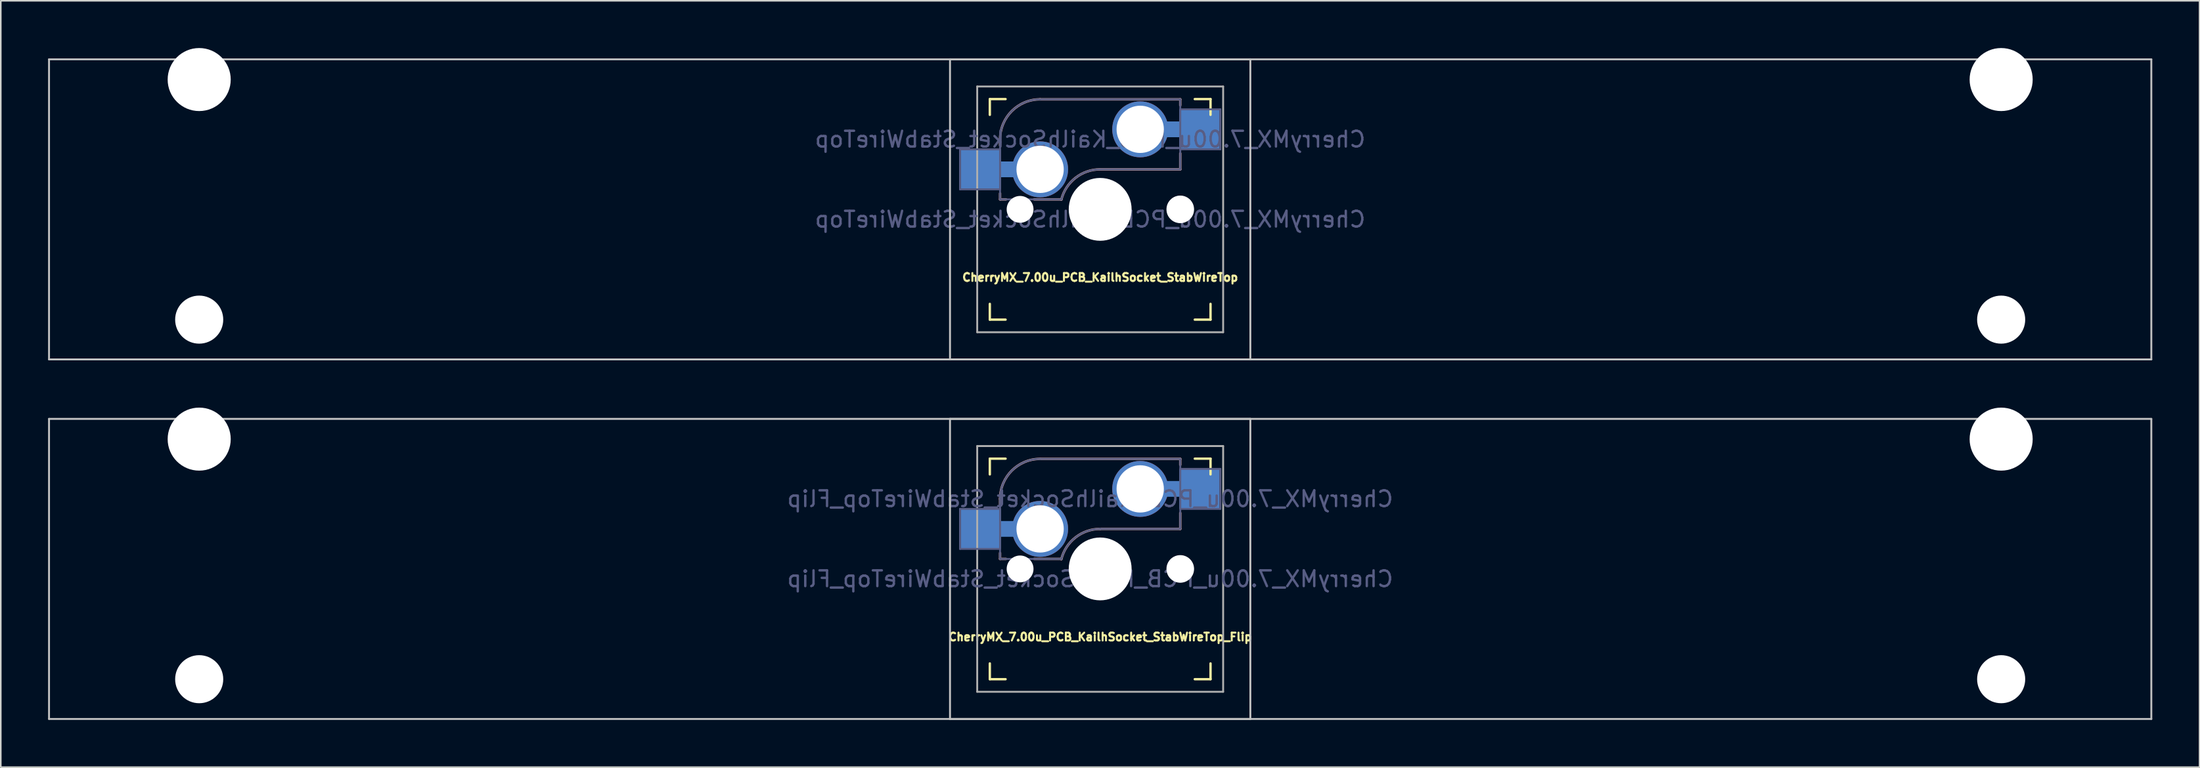
<source format=kicad_pcb>
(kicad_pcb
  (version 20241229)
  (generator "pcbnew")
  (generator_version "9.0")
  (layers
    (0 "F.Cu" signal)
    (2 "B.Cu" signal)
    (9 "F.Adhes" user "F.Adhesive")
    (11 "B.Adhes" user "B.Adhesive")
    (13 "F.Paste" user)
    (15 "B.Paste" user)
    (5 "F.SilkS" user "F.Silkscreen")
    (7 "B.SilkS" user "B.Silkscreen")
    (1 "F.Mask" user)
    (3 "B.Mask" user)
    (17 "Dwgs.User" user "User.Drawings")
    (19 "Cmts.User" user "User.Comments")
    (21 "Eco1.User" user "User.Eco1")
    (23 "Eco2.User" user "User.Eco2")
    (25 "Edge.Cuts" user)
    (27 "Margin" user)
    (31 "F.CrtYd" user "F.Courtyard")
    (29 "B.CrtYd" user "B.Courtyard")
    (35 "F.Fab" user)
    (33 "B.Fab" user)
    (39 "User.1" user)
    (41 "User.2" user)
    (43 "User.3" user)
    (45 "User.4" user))
  (footprint "CherryMX_7.00u_PCB_KailhSocket_StabWireTop_Flip"
    (layer "F.Cu")
    (at 66.735 33.065)
    (property "Reference" "CherryMX_7.00u_PCB_KailhSocket_StabWireTop_Flip" (at 0 4.318 0) (layer "F.SilkS") (effects (font (size 0.5 0.5) (thickness 0.125))))
    (property "Value" "CherryMX_7.00u_PCB_KailhSocket_StabWireTop_Flip" (at 0 8.662 0) (layer "F.Fab") (hide yes) (effects (font (size 1 1) (thickness 0.15))))
    (attr through_hole)
    (fp_line (start -7 -6) (end -7 -7) (stroke (width 0.15) (type solid)) (layer "F.SilkS"))
    (fp_line (start -7 7) (end -7 6) (stroke (width 0.15) (type solid)) (layer "F.SilkS"))
    (fp_line (start -7 7) (end -6 7) (stroke (width 0.15) (type solid)) (layer "F.SilkS"))
    (fp_line (start -6 -7) (end -7 -7) (stroke (width 0.15) (type solid)) (layer "F.SilkS"))
    (fp_line (start 6 7) (end 7 7) (stroke (width 0.15) (type solid)) (layer "F.SilkS"))
    (fp_line (start 7 -7) (end 6 -7) (stroke (width 0.15) (type solid)) (layer "F.SilkS"))
    (fp_line (start 7 -7) (end 7 -6) (stroke (width 0.15) (type solid)) (layer "F.SilkS"))
    (fp_line (start 7 6) (end 7 7) (stroke (width 0.15) (type solid)) (layer "F.SilkS"))
    (fp_line (start -6.35 -4.445) (end -6.35 -4.064) (stroke (width 0.15) (type solid)) (layer "B.SilkS"))
    (fp_line (start -6.35 -1.016) (end -6.35 -0.635) (stroke (width 0.15) (type solid)) (layer "B.SilkS"))
    (fp_line (start -5.969 -0.635) (end -6.35 -0.635) (stroke (width 0.15) (type solid)) (layer "B.SilkS"))
    (fp_line (start -3.81 -6.985) (end 5.08 -6.985) (stroke (width 0.15) (type solid)) (layer "B.SilkS"))
    (fp_line (start -2.464 -0.635) (end -4.191 -0.635) (stroke (width 0.15) (type solid)) (layer "B.SilkS"))
    (fp_line (start 5.08 -6.985) (end 5.08 -6.604) (stroke (width 0.15) (type solid)) (layer "B.SilkS"))
    (fp_line (start 5.08 -3.556) (end 5.08 -2.54) (stroke (width 0.15) (type solid)) (layer "B.SilkS"))
    (fp_line (start 5.08 -2.54) (end 0 -2.54) (stroke (width 0.15) (type solid)) (layer "B.SilkS"))
    (fp_arc (start -6.35 -4.445) (mid -5.606051 -6.241051) (end -3.81 -6.985) (stroke (width 0.15) (type solid)) (layer "B.SilkS"))
    (fp_arc (start -2.464162 -0.61604) (mid -1.563147 -2.002042) (end 0 -2.54) (stroke (width 0.15) (type solid)) (layer "B.SilkS"))
    (fp_line (start -66.675 -9.525) (end 66.675 -9.525) (stroke (width 0.12) (type solid)) (layer "Dwgs.User"))
    (fp_line (start -66.675 9.525) (end -66.675 -9.525) (stroke (width 0.12) (type solid)) (layer "Dwgs.User"))
    (fp_line (start -9.525 -9.525) (end 9.525 -9.525) (stroke (width 0.12) (type solid)) (layer "Dwgs.User"))
    (fp_line (start -9.525 9.525) (end -9.525 -9.525) (stroke (width 0.12) (type solid)) (layer "Dwgs.User"))
    (fp_line (start 9.525 -9.525) (end 9.525 9.525) (stroke (width 0.12) (type solid)) (layer "Dwgs.User"))
    (fp_line (start 9.525 9.525) (end -9.525 9.525) (stroke (width 0.12) (type solid)) (layer "Dwgs.User"))
    (fp_line (start 66.675 -9.525) (end 66.675 9.525) (stroke (width 0.12) (type solid)) (layer "Dwgs.User"))
    (fp_line (start 66.675 9.525) (end -66.675 9.525) (stroke (width 0.12) (type solid)) (layer "Dwgs.User"))
    (fp_line (start -6.9 6.9) (end -6.9 -6.9) (stroke (width 0.15) (type solid)) (layer "Eco2.User"))
    (fp_line (start -6.9 6.9) (end 6.9 6.9) (stroke (width 0.15) (type solid)) (layer "Eco2.User"))
    (fp_line (start 6.9 -6.9) (end -6.9 -6.9) (stroke (width 0.15) (type solid)) (layer "Eco2.User"))
    (fp_line (start 6.9 -6.9) (end 6.9 6.9) (stroke (width 0.15) (type solid)) (layer "Eco2.User"))
    (fp_line (start -8.89 -3.81) (end -6.35 -3.81) (stroke (width 0.12) (type solid)) (layer "B.Fab"))
    (fp_line (start -8.89 -1.27) (end -8.89 -3.81) (stroke (width 0.12) (type solid)) (layer "B.Fab"))
    (fp_line (start -6.35 -1.27) (end -8.89 -1.27) (stroke (width 0.12) (type solid)) (layer "B.Fab"))
    (fp_line (start -6.35 -0.635) (end -6.35 -4.445) (stroke (width 0.12) (type solid)) (layer "B.Fab"))
    (fp_line (start -6.35 -0.635) (end -2.54 -0.635) (stroke (width 0.12) (type solid)) (layer "B.Fab"))
    (fp_line (start -3.81 -6.985) (end 5.08 -6.985) (stroke (width 0.12) (type solid)) (layer "B.Fab"))
    (fp_line (start 5.08 -6.985) (end 5.08 -2.54) (stroke (width 0.12) (type solid)) (layer "B.Fab"))
    (fp_line (start 5.08 -6.35) (end 7.62 -6.35) (stroke (width 0.12) (type solid)) (layer "B.Fab"))
    (fp_line (start 5.08 -2.54) (end 0 -2.54) (stroke (width 0.12) (type solid)) (layer "B.Fab"))
    (fp_line (start 7.62 -6.35) (end 7.62 -3.81) (stroke (width 0.12) (type solid)) (layer "B.Fab"))
    (fp_line (start 7.62 -3.81) (end 5.08 -3.81) (stroke (width 0.12) (type solid)) (layer "B.Fab"))
    (fp_arc (start -6.35 -4.445) (mid -5.606051 -6.241051) (end -3.81 -6.985) (stroke (width 0.12) (type solid)) (layer "B.Fab"))
    (fp_arc (start -2.464162 -0.61604) (mid -1.563147 -2.002042) (end 0 -2.54) (stroke (width 0.12) (type solid)) (layer "B.Fab"))
    (fp_line (start -7.8 -7.8) (end -7.8 7.8) (stroke (width 0.12) (type solid)) (layer "F.Fab"))
    (fp_line (start -7.8 -7.8) (end 7.8 -7.8) (stroke (width 0.12) (type solid)) (layer "F.Fab"))
    (fp_line (start -7.8 7.8) (end 7.8 7.8) (stroke (width 0.12) (type solid)) (layer "F.Fab"))
    (fp_line (start 7.8 -7.8) (end 7.8 7.8) (stroke (width 0.12) (type solid)) (layer "F.Fab"))
    (fp_text user "${REFERENCE}" (at -0.635 -4.445 0) (layer "B.Fab") (effects (font (size 1 1) (thickness 0.15)) (justify mirror)))
    (fp_text user "${VALUE}" (at -0.635 0.635 0) (layer "B.Fab") (effects (font (size 1 1) (thickness 0.15)) (justify mirror)))
    (pad "" np_thru_hole circle (at -57.15 -8.24) (size 4 4) (drill 4) (layers "*.Cu" "*.Mask"))
    (pad "" np_thru_hole circle (at -57.15 7) (size 3.05 3.05) (drill 3.05) (layers "*.Cu" "*.Mask"))
    (pad "" np_thru_hole circle (at -5.08 0) (size 1.702 1.702) (drill 1.702) (layers "*.Cu" "*.Mask"))
    (pad "" np_thru_hole circle (at 0 0) (size 3.988 3.988) (drill 3.988) (layers "*.Cu" "*.Mask"))
    (pad "" np_thru_hole circle (at 5.08 0) (size 1.702 1.702) (drill 1.702) (layers "*.Cu" "*.Mask"))
    (pad "" np_thru_hole circle (at 5.08 0) (size 1.75 1.75) (drill 1.75) (layers "*.Cu" "*.Mask"))
    (pad "" np_thru_hole circle (at 57.15 -8.24) (size 4 4) (drill 4) (layers "*.Cu" "*.Mask"))
    (pad "" np_thru_hole circle (at 57.15 7) (size 3.05 3.05) (drill 3.05) (layers "*.Cu" "*.Mask"))
    (pad "1" thru_hole circle (at 2.54 -5.08) (size 3.55 3.55) (drill 3) (layers "*.Cu"))
    (pad "1" connect rect (at 5.015 -5.08 270) (size 1 2.5) (layers "B.Cu"))
    (pad "1" smd rect (at 6.29 -5.08) (size 2.55 2.5) (layers "B.Cu" "B.Mask" "B.Paste"))
    (pad "2" smd rect (at -7.56 -2.54) (size 2.55 2.5) (layers "B.Cu" "B.Mask" "B.Paste"))
    (pad "2" connect rect (at -5.715 -2.54 90) (size 1 2.5) (layers "B.Cu"))
    (pad "2" thru_hole circle (at -3.81 -2.54) (size 3.55 3.55) (drill 3) (layers "*.Cu")))
  (footprint "CherryMX_7.00u_PCB_KailhSocket_StabWireTop"
    (layer "F.Cu")
    (at 66.735 10.24)
    (property "Reference" "CherryMX_7.00u_PCB_KailhSocket_StabWireTop" (at 0 4.318 0) (layer "F.SilkS") (effects (font (size 0.5 0.5) (thickness 0.125))))
    (property "Value" "CherryMX_7.00u_PCB_KailhSocket_StabWireTop" (at 0 8.662 0) (layer "F.Fab") (hide yes) (effects (font (size 1 1) (thickness 0.15))))
    (attr through_hole)
    (fp_line (start -7 -6) (end -7 -7) (stroke (width 0.15) (type solid)) (layer "F.SilkS"))
    (fp_line (start -7 7) (end -7 6) (stroke (width 0.15) (type solid)) (layer "F.SilkS"))
    (fp_line (start -7 7) (end -6 7) (stroke (width 0.15) (type solid)) (layer "F.SilkS"))
    (fp_line (start -6 -7) (end -7 -7) (stroke (width 0.15) (type solid)) (layer "F.SilkS"))
    (fp_line (start 6 7) (end 7 7) (stroke (width 0.15) (type solid)) (layer "F.SilkS"))
    (fp_line (start 7 -7) (end 6 -7) (stroke (width 0.15) (type solid)) (layer "F.SilkS"))
    (fp_line (start 7 -7) (end 7 -6) (stroke (width 0.15) (type solid)) (layer "F.SilkS"))
    (fp_line (start 7 6) (end 7 7) (stroke (width 0.15) (type solid)) (layer "F.SilkS"))
    (fp_line (start -6.35 -4.445) (end -6.35 -4.064) (stroke (width 0.15) (type solid)) (layer "B.SilkS"))
    (fp_line (start -6.35 -1.016) (end -6.35 -0.635) (stroke (width 0.15) (type solid)) (layer "B.SilkS"))
    (fp_line (start -5.969 -0.635) (end -6.35 -0.635) (stroke (width 0.15) (type solid)) (layer "B.SilkS"))
    (fp_line (start -3.81 -6.985) (end 5.08 -6.985) (stroke (width 0.15) (type solid)) (layer "B.SilkS"))
    (fp_line (start -2.464 -0.635) (end -4.191 -0.635) (stroke (width 0.15) (type solid)) (layer "B.SilkS"))
    (fp_line (start 5.08 -6.985) (end 5.08 -6.604) (stroke (width 0.15) (type solid)) (layer "B.SilkS"))
    (fp_line (start 5.08 -3.556) (end 5.08 -2.54) (stroke (width 0.15) (type solid)) (layer "B.SilkS"))
    (fp_line (start 5.08 -2.54) (end 0 -2.54) (stroke (width 0.15) (type solid)) (layer "B.SilkS"))
    (fp_arc (start -6.35 -4.445) (mid -5.606051 -6.241051) (end -3.81 -6.985) (stroke (width 0.15) (type solid)) (layer "B.SilkS"))
    (fp_arc (start -2.464162 -0.61604) (mid -1.563147 -2.002042) (end 0 -2.54) (stroke (width 0.15) (type solid)) (layer "B.SilkS"))
    (fp_line (start -66.675 -9.525) (end 66.675 -9.525) (stroke (width 0.12) (type solid)) (layer "Dwgs.User"))
    (fp_line (start -66.675 9.525) (end -66.675 -9.525) (stroke (width 0.12) (type solid)) (layer "Dwgs.User"))
    (fp_line (start -9.525 -9.525) (end 9.525 -9.525) (stroke (width 0.12) (type solid)) (layer "Dwgs.User"))
    (fp_line (start -9.525 9.525) (end -9.525 -9.525) (stroke (width 0.12) (type solid)) (layer "Dwgs.User"))
    (fp_line (start 9.525 -9.525) (end 9.525 9.525) (stroke (width 0.12) (type solid)) (layer "Dwgs.User"))
    (fp_line (start 9.525 9.525) (end -9.525 9.525) (stroke (width 0.12) (type solid)) (layer "Dwgs.User"))
    (fp_line (start 66.675 -9.525) (end 66.675 9.525) (stroke (width 0.12) (type solid)) (layer "Dwgs.User"))
    (fp_line (start 66.675 9.525) (end -66.675 9.525) (stroke (width 0.12) (type solid)) (layer "Dwgs.User"))
    (fp_line (start -6.9 6.9) (end -6.9 -6.9) (stroke (width 0.15) (type solid)) (layer "Eco2.User"))
    (fp_line (start -6.9 6.9) (end 6.9 6.9) (stroke (width 0.15) (type solid)) (layer "Eco2.User"))
    (fp_line (start 6.9 -6.9) (end -6.9 -6.9) (stroke (width 0.15) (type solid)) (layer "Eco2.User"))
    (fp_line (start 6.9 -6.9) (end 6.9 6.9) (stroke (width 0.15) (type solid)) (layer "Eco2.User"))
    (fp_line (start -8.89 -3.81) (end -6.35 -3.81) (stroke (width 0.12) (type solid)) (layer "B.Fab"))
    (fp_line (start -8.89 -1.27) (end -8.89 -3.81) (stroke (width 0.12) (type solid)) (layer "B.Fab"))
    (fp_line (start -6.35 -1.27) (end -8.89 -1.27) (stroke (width 0.12) (type solid)) (layer "B.Fab"))
    (fp_line (start -6.35 -0.635) (end -6.35 -4.445) (stroke (width 0.12) (type solid)) (layer "B.Fab"))
    (fp_line (start -6.35 -0.635) (end -2.54 -0.635) (stroke (width 0.12) (type solid)) (layer "B.Fab"))
    (fp_line (start -3.81 -6.985) (end 5.08 -6.985) (stroke (width 0.12) (type solid)) (layer "B.Fab"))
    (fp_line (start 5.08 -6.985) (end 5.08 -2.54) (stroke (width 0.12) (type solid)) (layer "B.Fab"))
    (fp_line (start 5.08 -6.35) (end 7.62 -6.35) (stroke (width 0.12) (type solid)) (layer "B.Fab"))
    (fp_line (start 5.08 -2.54) (end 0 -2.54) (stroke (width 0.12) (type solid)) (layer "B.Fab"))
    (fp_line (start 7.62 -6.35) (end 7.62 -3.81) (stroke (width 0.12) (type solid)) (layer "B.Fab"))
    (fp_line (start 7.62 -3.81) (end 5.08 -3.81) (stroke (width 0.12) (type solid)) (layer "B.Fab"))
    (fp_arc (start -6.35 -4.445) (mid -5.606051 -6.241051) (end -3.81 -6.985) (stroke (width 0.12) (type solid)) (layer "B.Fab"))
    (fp_arc (start -2.464162 -0.61604) (mid -1.563147 -2.002042) (end 0 -2.54) (stroke (width 0.12) (type solid)) (layer "B.Fab"))
    (fp_line (start -7.8 -7.8) (end -7.8 7.8) (stroke (width 0.12) (type solid)) (layer "F.Fab"))
    (fp_line (start -7.8 -7.8) (end 7.8 -7.8) (stroke (width 0.12) (type solid)) (layer "F.Fab"))
    (fp_line (start -7.8 7.8) (end 7.8 7.8) (stroke (width 0.12) (type solid)) (layer "F.Fab"))
    (fp_line (start 7.8 -7.8) (end 7.8 7.8) (stroke (width 0.12) (type solid)) (layer "F.Fab"))
    (fp_text user "${VALUE}" (at -0.635 0.635 0) (layer "B.Fab") (effects (font (size 1 1) (thickness 0.15)) (justify mirror)))
    (fp_text user "${REFERENCE}" (at -0.635 -4.445 0) (layer "B.Fab") (effects (font (size 1 1) (thickness 0.15)) (justify mirror)))
    (pad "" np_thru_hole circle (at -57.15 -8.24) (size 4 4) (drill 4) (layers "*.Cu" "*.Mask"))
    (pad "" np_thru_hole circle (at -57.15 7) (size 3.05 3.05) (drill 3.05) (layers "*.Cu" "*.Mask"))
    (pad "" np_thru_hole circle (at -5.08 0) (size 1.702 1.702) (drill 1.702) (layers "*.Cu" "*.Mask"))
    (pad "" np_thru_hole circle (at 0 0) (size 3.988 3.988) (drill 3.988) (layers "*.Cu" "*.Mask"))
    (pad "" np_thru_hole circle (at 5.08 0) (size 1.702 1.702) (drill 1.702) (layers "*.Cu" "*.Mask"))
    (pad "" np_thru_hole circle (at 5.08 0) (size 1.75 1.75) (drill 1.75) (layers "*.Cu" "*.Mask"))
    (pad "" np_thru_hole circle (at 57.15 -8.24) (size 4 4) (drill 4) (layers "*.Cu" "*.Mask"))
    (pad "" np_thru_hole circle (at 57.15 7) (size 3.05 3.05) (drill 3.05) (layers "*.Cu" "*.Mask"))
    (pad "1" smd rect (at -7.56 -2.54) (size 2.55 2.5) (layers "B.Cu" "B.Mask" "B.Paste"))
    (pad "1" connect rect (at -5.715 -2.54 90) (size 1 2.5) (layers "B.Cu"))
    (pad "1" thru_hole circle (at -3.81 -2.54) (size 3.55 3.55) (drill 3) (layers "*.Cu"))
    (pad "2" thru_hole circle (at 2.54 -5.08) (size 3.55 3.55) (drill 3) (layers "*.Cu"))
    (pad "2" connect rect (at 5.015 -5.08 270) (size 1 2.5) (layers "B.Cu"))
    (pad "2" smd rect (at 6.29 -5.08) (size 2.55 2.5) (layers "B.Cu" "B.Mask" "B.Paste")))
  (gr_rect
    (start -3 -3)
    (end 136.47 45.65)
    (stroke (width 0.1) (type default))
    (fill no)
    (layer "Edge.Cuts")))
</source>
